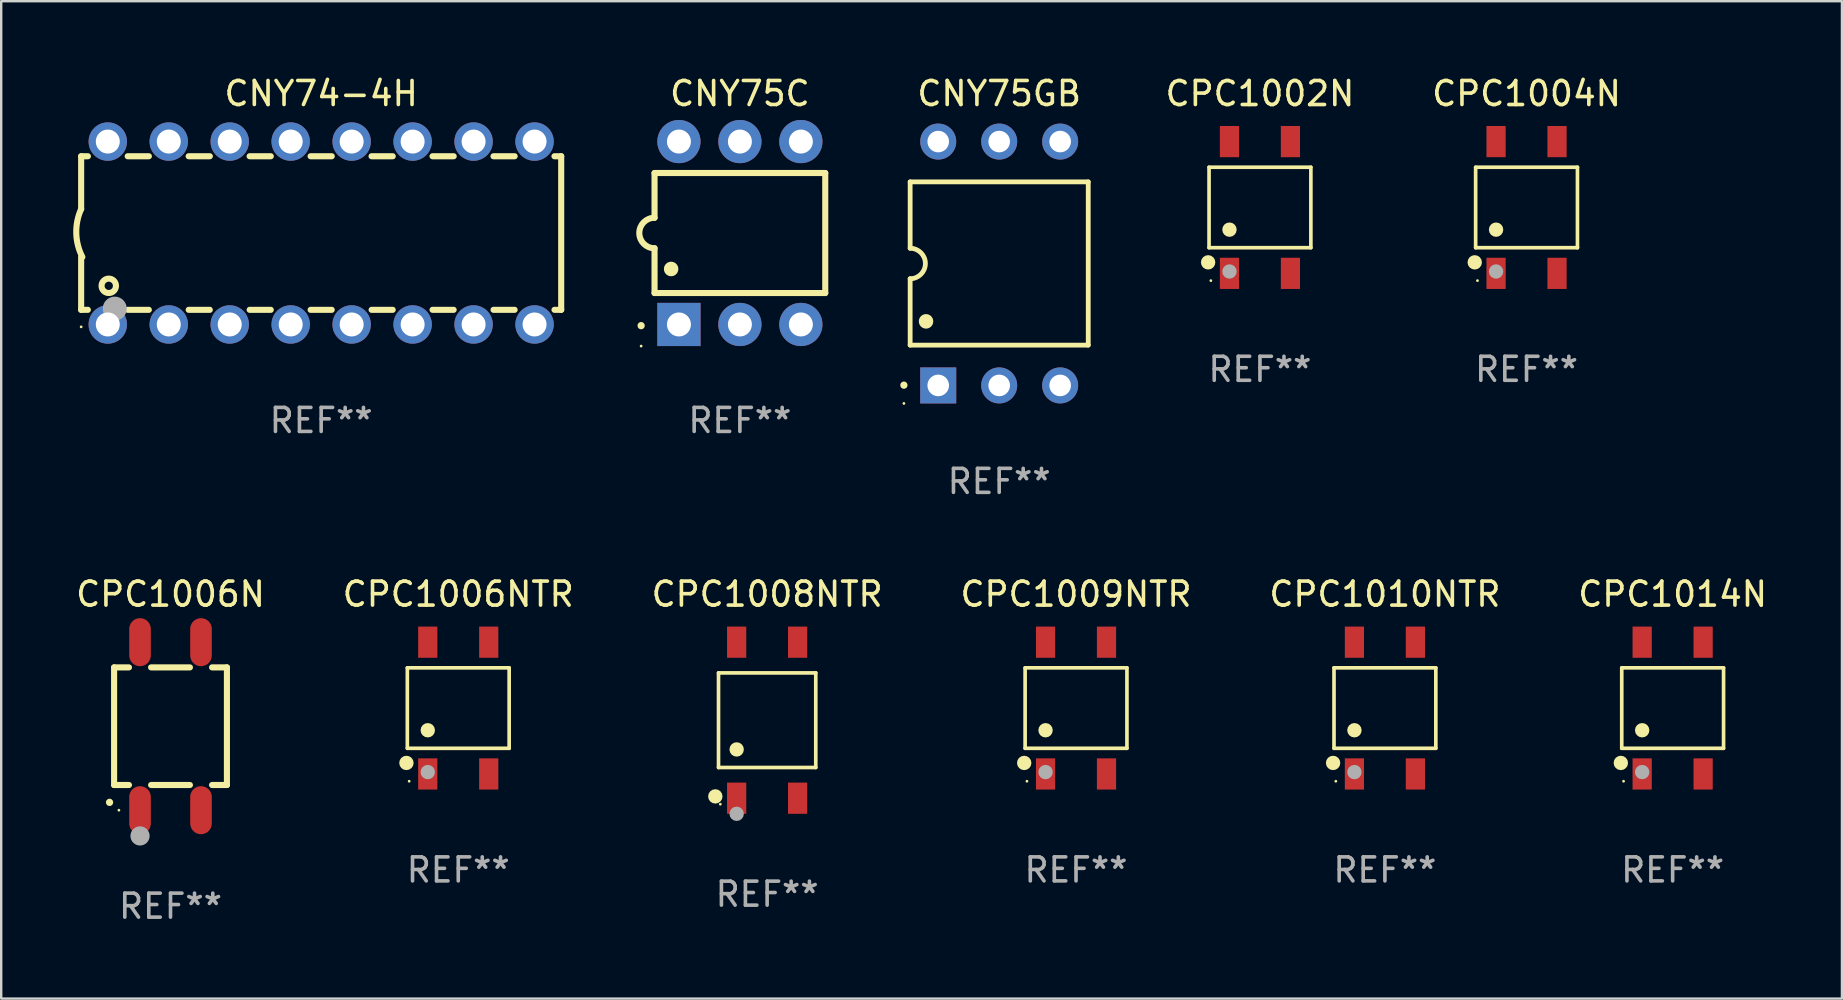
<source format=kicad_pcb>
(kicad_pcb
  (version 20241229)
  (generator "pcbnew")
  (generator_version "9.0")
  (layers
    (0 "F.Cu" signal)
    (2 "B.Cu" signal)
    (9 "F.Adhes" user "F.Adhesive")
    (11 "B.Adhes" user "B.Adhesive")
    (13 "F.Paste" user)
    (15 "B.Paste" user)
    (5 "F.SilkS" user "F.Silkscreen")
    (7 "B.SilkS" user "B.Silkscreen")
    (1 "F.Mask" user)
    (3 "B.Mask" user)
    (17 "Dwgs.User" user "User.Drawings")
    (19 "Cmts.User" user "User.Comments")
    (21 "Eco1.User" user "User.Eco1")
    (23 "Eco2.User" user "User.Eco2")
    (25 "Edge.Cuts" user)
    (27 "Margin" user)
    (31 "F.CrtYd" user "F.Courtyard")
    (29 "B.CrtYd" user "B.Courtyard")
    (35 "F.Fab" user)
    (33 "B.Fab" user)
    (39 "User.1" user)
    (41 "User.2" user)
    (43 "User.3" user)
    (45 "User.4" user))
  (footprint "CPC1014N"
    (layer "F.Cu")
    (at 66.637 26.45)
    (property "Reference" "CPC1014N" (at 0 -4.745 0) (layer "F.SilkS") (effects (font (size 1 1) (thickness 0.15))))
    (attr through_hole)
    (fp_line (start -2.121 -1.676) (end 2.121 -1.676) (stroke (width 0.152) (type solid)) (layer "F.SilkS"))
    (fp_line (start -2.121 1.676) (end -2.121 -1.676) (stroke (width 0.152) (type solid)) (layer "F.SilkS"))
    (fp_line (start 2.121 -1.676) (end 2.121 1.676) (stroke (width 0.152) (type solid)) (layer "F.SilkS"))
    (fp_line (start 2.121 1.676) (end -2.121 1.676) (stroke (width 0.152) (type solid)) (layer "F.SilkS"))
    (fp_circle (center -2.159 2.286) (end -2.009 2.286) (stroke (width 0.3) (type solid)) (fill no) (layer "F.SilkS"))
    (fp_circle (center -2.045 3.048) (end -2.015 3.048) (stroke (width 0.06) (type solid)) (fill no) (layer "F.SilkS"))
    (fp_circle (center -1.27 0.924) (end -1.12 0.924) (stroke (width 0.3) (type solid)) (fill no) (layer "F.SilkS"))
    (fp_circle (center -1.27 2.667) (end -1.12 2.667) (stroke (width 0.3) (type solid)) (fill no) (layer "F.Fab"))
    (fp_text user "REF**" (at 0 6.745 0) (layer "F.Fab") (effects (font (size 1 1) (thickness 0.15))))
    (pad "1" smd rect (at -1.27 2.745) (size 0.8 1.3) (layers "F.Cu" "F.Mask" "F.Paste"))
    (pad "2" smd rect (at 1.27 2.745) (size 0.8 1.3) (layers "F.Cu" "F.Mask" "F.Paste"))
    (pad "3" smd rect (at 1.27 -2.745) (size 0.8 1.3) (layers "F.Cu" "F.Mask" "F.Paste"))
    (pad "4" smd rect (at -1.27 -2.745) (size 0.8 1.3) (layers "F.Cu" "F.Mask" "F.Paste")))
  (footprint "CPC1004N"
    (layer "F.Cu")
    (at 60.55 5.594)
    (property "Reference" "CPC1004N" (at 0 -4.745 0) (layer "F.SilkS") (effects (font (size 1 1) (thickness 0.15))))
    (attr through_hole)
    (fp_line (start -2.121 -1.676) (end 2.121 -1.676) (stroke (width 0.152) (type solid)) (layer "F.SilkS"))
    (fp_line (start -2.121 1.676) (end -2.121 -1.676) (stroke (width 0.152) (type solid)) (layer "F.SilkS"))
    (fp_line (start 2.121 -1.676) (end 2.121 1.676) (stroke (width 0.152) (type solid)) (layer "F.SilkS"))
    (fp_line (start 2.121 1.676) (end -2.121 1.676) (stroke (width 0.152) (type solid)) (layer "F.SilkS"))
    (fp_circle (center -2.159 2.286) (end -2.009 2.286) (stroke (width 0.3) (type solid)) (fill no) (layer "F.SilkS"))
    (fp_circle (center -2.045 3.048) (end -2.015 3.048) (stroke (width 0.06) (type solid)) (fill no) (layer "F.SilkS"))
    (fp_circle (center -1.27 0.924) (end -1.12 0.924) (stroke (width 0.3) (type solid)) (fill no) (layer "F.SilkS"))
    (fp_circle (center -1.27 2.667) (end -1.12 2.667) (stroke (width 0.3) (type solid)) (fill no) (layer "F.Fab"))
    (fp_text user "REF**" (at 0 6.745 0) (layer "F.Fab") (effects (font (size 1 1) (thickness 0.15))))
    (pad "1" smd rect (at -1.27 2.745) (size 0.8 1.3) (layers "F.Cu" "F.Mask" "F.Paste"))
    (pad "2" smd rect (at 1.27 2.745) (size 0.8 1.3) (layers "F.Cu" "F.Mask" "F.Paste"))
    (pad "3" smd rect (at 1.27 -2.745) (size 0.8 1.3) (layers "F.Cu" "F.Mask" "F.Paste"))
    (pad "4" smd rect (at -1.27 -2.745) (size 0.8 1.3) (layers "F.Cu" "F.Mask" "F.Paste")))
  (footprint "CNY74-4H"
    (layer "F.Cu")
    (at 10.331 6.658)
    (property "Reference" "CNY74-4H" (at 0 -5.81 0) (layer "F.SilkS") (effects (font (size 1 1) (thickness 0.15))))
    (attr through_hole)
    (fp_line (start -10 -3.198) (end -9.719 -3.198) (stroke (width 0.254) (type solid)) (layer "F.SilkS"))
    (fp_line (start -10 -0.998) (end -10 -3.198) (stroke (width 0.254) (type solid)) (layer "F.SilkS"))
    (fp_line (start -10 3.2) (end -10 1) (stroke (width 0.254) (type solid)) (layer "F.SilkS"))
    (fp_line (start -10 3.2) (end -9.721 3.2) (stroke (width 0.254) (type solid)) (layer "F.SilkS"))
    (fp_line (start -8.061 -3.198) (end -7.179 -3.198) (stroke (width 0.254) (type solid)) (layer "F.SilkS"))
    (fp_line (start -8.059 3.2) (end -7.181 3.2) (stroke (width 0.254) (type solid)) (layer "F.SilkS"))
    (fp_line (start -5.521 -3.198) (end -4.639 -3.198) (stroke (width 0.254) (type solid)) (layer "F.SilkS"))
    (fp_line (start -5.519 3.2) (end -4.641 3.2) (stroke (width 0.254) (type solid)) (layer "F.SilkS"))
    (fp_line (start -2.981 -3.198) (end -2.099 -3.198) (stroke (width 0.254) (type solid)) (layer "F.SilkS"))
    (fp_line (start -2.979 3.2) (end -2.101 3.2) (stroke (width 0.254) (type solid)) (layer "F.SilkS"))
    (fp_line (start -0.441 -3.198) (end 0.441 -3.198) (stroke (width 0.254) (type solid)) (layer "F.SilkS"))
    (fp_line (start -0.439 3.2) (end 0.439 3.2) (stroke (width 0.254) (type solid)) (layer "F.SilkS"))
    (fp_line (start 2.099 -3.198) (end 2.981 -3.198) (stroke (width 0.254) (type solid)) (layer "F.SilkS"))
    (fp_line (start 2.101 3.2) (end 2.979 3.2) (stroke (width 0.254) (type solid)) (layer "F.SilkS"))
    (fp_line (start 4.639 -3.198) (end 5.521 -3.198) (stroke (width 0.254) (type solid)) (layer "F.SilkS"))
    (fp_line (start 4.641 3.2) (end 5.519 3.2) (stroke (width 0.254) (type solid)) (layer "F.SilkS"))
    (fp_line (start 7.179 -3.198) (end 8.061 -3.198) (stroke (width 0.254) (type solid)) (layer "F.SilkS"))
    (fp_line (start 7.181 3.2) (end 8.059 3.2) (stroke (width 0.254) (type solid)) (layer "F.SilkS"))
    (fp_line (start 9.719 -3.198) (end 10 -3.198) (stroke (width 0.254) (type solid)) (layer "F.SilkS"))
    (fp_line (start 9.721 3.2) (end 10 3.2) (stroke (width 0.254) (type solid)) (layer "F.SilkS"))
    (fp_line (start 10 3.2) (end 10 -3.2) (stroke (width 0.254) (type solid)) (layer "F.SilkS"))
    (fp_arc (start -9.949962 1) (mid -10.203153 0.005709) (end -10 -1) (stroke (width 0.254001) (type solid)) (layer "F.SilkS"))
    (fp_circle (center -10 3.91) (end -9.97 3.91) (stroke (width 0.06) (type solid)) (fill no) (layer "F.SilkS"))
    (fp_circle (center -8.85 2.2) (end -8.55 2.2) (stroke (width 0.254) (type solid)) (fill no) (layer "F.SilkS"))
    (fp_circle (center -8.6 3.15) (end -8.35 3.15) (stroke (width 0.5) (type solid)) (fill no) (layer "F.Fab"))
    (fp_text user "REF**" (at 0 7.81 0) (layer "F.Fab") (effects (font (size 1 1) (thickness 0.15))))
    (pad "1" thru_hole circle (at -8.89 3.81) (size 1.6 1.6) (drill 1) (layers "*.Cu" "*.Mask"))
    (pad "2" thru_hole circle (at -6.35 3.81) (size 1.6 1.6) (drill 1) (layers "*.Cu" "*.Mask"))
    (pad "3" thru_hole circle (at -3.81 3.81) (size 1.6 1.6) (drill 1) (layers "*.Cu" "*.Mask"))
    (pad "4" thru_hole circle (at -1.27 3.81) (size 1.6 1.6) (drill 1) (layers "*.Cu" "*.Mask"))
    (pad "5" thru_hole circle (at 1.27 3.81) (size 1.6 1.6) (drill 1) (layers "*.Cu" "*.Mask"))
    (pad "6" thru_hole circle (at 3.81 3.81) (size 1.6 1.6) (drill 1) (layers "*.Cu" "*.Mask"))
    (pad "7" thru_hole circle (at 6.35 3.81) (size 1.6 1.6) (drill 1) (layers "*.Cu" "*.Mask"))
    (pad "8" thru_hole circle (at 8.89 3.81) (size 1.6 1.6) (drill 1) (layers "*.Cu" "*.Mask"))
    (pad "9" thru_hole circle (at 8.89 -3.81) (size 1.6 1.6) (drill 1) (layers "*.Cu" "*.Mask"))
    (pad "10" thru_hole circle (at 6.35 -3.81) (size 1.6 1.6) (drill 1) (layers "*.Cu" "*.Mask"))
    (pad "11" thru_hole circle (at 3.81 -3.81) (size 1.6 1.6) (drill 1) (layers "*.Cu" "*.Mask"))
    (pad "12" thru_hole circle (at 1.27 -3.81) (size 1.6 1.6) (drill 1) (layers "*.Cu" "*.Mask"))
    (pad "13" thru_hole circle (at -1.27 -3.81) (size 1.6 1.6) (drill 1) (layers "*.Cu" "*.Mask"))
    (pad "14" thru_hole circle (at -3.81 -3.81) (size 1.6 1.6) (drill 1) (layers "*.Cu" "*.Mask"))
    (pad "15" thru_hole circle (at -6.35 -3.81) (size 1.6 1.6) (drill 1) (layers "*.Cu" "*.Mask"))
    (pad "16" thru_hole circle (at -8.89 -3.81) (size 1.6 1.6) (drill 1) (layers "*.Cu" "*.Mask")))
  (footprint "CPC1006N"
    (layer "F.Cu")
    (at 4.054 27.205)
    (property "Reference" "CPC1006N" (at 0 -5.5 0) (layer "F.SilkS") (effects (font (size 1 1) (thickness 0.15))))
    (attr through_hole)
    (fp_line (start -2.35 -2.45) (end -2.35 2.45) (stroke (width 0.254) (type solid)) (layer "F.SilkS"))
    (fp_line (start -2.35 -2.45) (end -1.731 -2.45) (stroke (width 0.254) (type solid)) (layer "F.SilkS"))
    (fp_line (start -2.35 2.45) (end -1.731 2.45) (stroke (width 0.254) (type solid)) (layer "F.SilkS"))
    (fp_line (start -0.809 -2.45) (end 0.809 -2.45) (stroke (width 0.254) (type solid)) (layer "F.SilkS"))
    (fp_line (start -0.809 2.45) (end 0.809 2.45) (stroke (width 0.254) (type solid)) (layer "F.SilkS"))
    (fp_line (start 1.731 -2.45) (end 2.35 -2.45) (stroke (width 0.254) (type solid)) (layer "F.SilkS"))
    (fp_line (start 1.731 2.45) (end 2.35 2.45) (stroke (width 0.254) (type solid)) (layer "F.SilkS"))
    (fp_line (start 2.35 -2.45) (end 2.35 2.45) (stroke (width 0.254) (type solid)) (layer "F.SilkS"))
    (fp_arc (start -2.540005 3.174879) (mid -2.54001 3.173609) (end -2.540005 3.172339) (stroke (width 0.3) (type solid)) (layer "F.SilkS"))
    (fp_circle (center -2.15 3.5) (end -2.12 3.5) (stroke (width 0.06) (type solid)) (fill no) (layer "F.SilkS"))
    (fp_circle (center -1.27 4.572) (end -1.07 4.572) (stroke (width 0.4) (type solid)) (fill no) (layer "F.Fab"))
    (fp_text user "REF**" (at 0 7.5 0) (layer "F.Fab") (effects (font (size 1 1) (thickness 0.15))))
    (pad "1" smd oval (at -1.27 3.5 180) (size 0.9 2) (layers "F.Cu" "F.Mask" "F.Paste"))
    (pad "2" smd oval (at 1.27 3.5 180) (size 0.9 2) (layers "F.Cu" "F.Mask" "F.Paste"))
    (pad "3" smd oval (at 1.27 -3.5 180) (size 0.9 2) (layers "F.Cu" "F.Mask" "F.Paste"))
    (pad "4" smd oval (at -1.27 -3.5 180) (size 0.9 2) (layers "F.Cu" "F.Mask" "F.Paste")))
  (footprint "CPC1009NTR"
    (layer "F.Cu")
    (at 41.78 26.45)
    (property "Reference" "CPC1009NTR" (at 0 -4.745 0) (layer "F.SilkS") (effects (font (size 1 1) (thickness 0.15))))
    (attr through_hole)
    (fp_line (start -2.121 -1.676) (end 2.121 -1.676) (stroke (width 0.152) (type solid)) (layer "F.SilkS"))
    (fp_line (start -2.121 1.676) (end -2.121 -1.676) (stroke (width 0.152) (type solid)) (layer "F.SilkS"))
    (fp_line (start 2.121 -1.676) (end 2.121 1.676) (stroke (width 0.152) (type solid)) (layer "F.SilkS"))
    (fp_line (start 2.121 1.676) (end -2.121 1.676) (stroke (width 0.152) (type solid)) (layer "F.SilkS"))
    (fp_circle (center -2.159 2.286) (end -2.009 2.286) (stroke (width 0.3) (type solid)) (fill no) (layer "F.SilkS"))
    (fp_circle (center -2.045 3.048) (end -2.015 3.048) (stroke (width 0.06) (type solid)) (fill no) (layer "F.SilkS"))
    (fp_circle (center -1.27 0.924) (end -1.12 0.924) (stroke (width 0.3) (type solid)) (fill no) (layer "F.SilkS"))
    (fp_circle (center -1.27 2.667) (end -1.12 2.667) (stroke (width 0.3) (type solid)) (fill no) (layer "F.Fab"))
    (fp_text user "REF**" (at 0 6.745 0) (layer "F.Fab") (effects (font (size 1 1) (thickness 0.15))))
    (pad "1" smd rect (at -1.27 2.745) (size 0.8 1.3) (layers "F.Cu" "F.Mask" "F.Paste"))
    (pad "2" smd rect (at 1.27 2.745) (size 0.8 1.3) (layers "F.Cu" "F.Mask" "F.Paste"))
    (pad "3" smd rect (at 1.27 -2.745) (size 0.8 1.3) (layers "F.Cu" "F.Mask" "F.Paste"))
    (pad "4" smd rect (at -1.27 -2.745) (size 0.8 1.3) (layers "F.Cu" "F.Mask" "F.Paste")))
  (footprint "CPC1006NTR"
    (layer "F.Cu")
    (at 16.042 26.45)
    (property "Reference" "CPC1006NTR" (at 0 -4.745 0) (layer "F.SilkS") (effects (font (size 1 1) (thickness 0.15))))
    (attr through_hole)
    (fp_line (start -2.121 -1.676) (end 2.121 -1.676) (stroke (width 0.152) (type solid)) (layer "F.SilkS"))
    (fp_line (start -2.121 1.676) (end -2.121 -1.676) (stroke (width 0.152) (type solid)) (layer "F.SilkS"))
    (fp_line (start 2.121 -1.676) (end 2.121 1.676) (stroke (width 0.152) (type solid)) (layer "F.SilkS"))
    (fp_line (start 2.121 1.676) (end -2.121 1.676) (stroke (width 0.152) (type solid)) (layer "F.SilkS"))
    (fp_circle (center -2.159 2.286) (end -2.009 2.286) (stroke (width 0.3) (type solid)) (fill no) (layer "F.SilkS"))
    (fp_circle (center -2.045 3.048) (end -2.015 3.048) (stroke (width 0.06) (type solid)) (fill no) (layer "F.SilkS"))
    (fp_circle (center -1.27 0.924) (end -1.12 0.924) (stroke (width 0.3) (type solid)) (fill no) (layer "F.SilkS"))
    (fp_circle (center -1.27 2.667) (end -1.12 2.667) (stroke (width 0.3) (type solid)) (fill no) (layer "F.Fab"))
    (fp_text user "REF**" (at 0 6.745 0) (layer "F.Fab") (effects (font (size 1 1) (thickness 0.15))))
    (pad "1" smd rect (at -1.27 2.745) (size 0.8 1.3) (layers "F.Cu" "F.Mask" "F.Paste"))
    (pad "2" smd rect (at 1.27 2.745) (size 0.8 1.3) (layers "F.Cu" "F.Mask" "F.Paste"))
    (pad "3" smd rect (at 1.27 -2.745) (size 0.8 1.3) (layers "F.Cu" "F.Mask" "F.Paste"))
    (pad "4" smd rect (at -1.27 -2.745) (size 0.8 1.3) (layers "F.Cu" "F.Mask" "F.Paste")))
  (footprint "CNY75GB"
    (layer "F.Cu")
    (at 38.579 7.928)
    (property "Reference" "CNY75GB" (at 0 -7.08 0) (layer "F.SilkS") (effects (font (size 1 1) (thickness 0.15))))
    (attr through_hole)
    (fp_line (start -3.71 -3.4) (end -3.71 -0.635) (stroke (width 0.2) (type solid)) (layer "F.SilkS"))
    (fp_line (start -3.71 -3.4) (end 3.71 -3.4) (stroke (width 0.2) (type solid)) (layer "F.SilkS"))
    (fp_line (start -3.71 0.634) (end -3.71 3.4) (stroke (width 0.2) (type solid)) (layer "F.SilkS"))
    (fp_line (start 3.71 3.4) (end -3.71 3.4) (stroke (width 0.2) (type solid)) (layer "F.SilkS"))
    (fp_line (start 3.71 3.4) (end 3.71 -3.4) (stroke (width 0.2) (type solid)) (layer "F.SilkS"))
    (fp_arc (start -3.970028 5.069901) (mid -3.970033 5.068631) (end -3.970028 5.067361) (stroke (width 0.3) (type solid)) (layer "F.SilkS"))
    (fp_arc (start -3.709982 -0.63495) (mid -3.074981 0.000051) (end -3.709982 0.635052) (stroke (width 0.2) (type solid)) (layer "F.SilkS"))
    (fp_arc (start -3.048006 2.413056) (mid -3.048017 2.410516) (end -3.048006 2.407976) (stroke (width 0.6) (type solid)) (layer "F.SilkS"))
    (fp_circle (center -3.97 5.83) (end -3.94 5.83) (stroke (width 0.06) (type solid)) (fill no) (layer "F.SilkS"))
    (fp_text user "REF**" (at 0 9.08 0) (layer "F.Fab") (effects (font (size 1 1) (thickness 0.15))))
    (pad "1" thru_hole rect (at -2.54 5.08 90) (size 1.5 1.5) (drill 0.9) (layers "*.Cu" "*.Mask"))
    (pad "2" thru_hole circle (at 0.000051 5.08) (size 1.5 1.5) (drill 0.9) (layers "*.Cu" "*.Mask"))
    (pad "3" thru_hole circle (at 2.54 5.08) (size 1.5 1.5) (drill 0.9) (layers "*.Cu" "*.Mask"))
    (pad "4" thru_hole circle (at 2.54 -5.08) (size 1.5 1.5) (drill 0.9) (layers "*.Cu" "*.Mask"))
    (pad "5" thru_hole circle (at 0.000051 -5.08) (size 1.5 1.5) (drill 0.9) (layers "*.Cu" "*.Mask"))
    (pad "6" thru_hole circle (at -2.54 -5.08) (size 1.5 1.5) (drill 0.9) (layers "*.Cu" "*.Mask")))
  (footprint "CPC1002N"
    (layer "F.Cu")
    (at 49.443 5.594)
    (property "Reference" "CPC1002N" (at 0 -4.745 0) (layer "F.SilkS") (effects (font (size 1 1) (thickness 0.15))))
    (attr through_hole)
    (fp_line (start -2.121 -1.676) (end 2.121 -1.676) (stroke (width 0.152) (type solid)) (layer "F.SilkS"))
    (fp_line (start -2.121 1.676) (end -2.121 -1.676) (stroke (width 0.152) (type solid)) (layer "F.SilkS"))
    (fp_line (start 2.121 -1.676) (end 2.121 1.676) (stroke (width 0.152) (type solid)) (layer "F.SilkS"))
    (fp_line (start 2.121 1.676) (end -2.121 1.676) (stroke (width 0.152) (type solid)) (layer "F.SilkS"))
    (fp_circle (center -2.159 2.286) (end -2.009 2.286) (stroke (width 0.3) (type solid)) (fill no) (layer "F.SilkS"))
    (fp_circle (center -2.045 3.048) (end -2.015 3.048) (stroke (width 0.06) (type solid)) (fill no) (layer "F.SilkS"))
    (fp_circle (center -1.27 0.924) (end -1.12 0.924) (stroke (width 0.3) (type solid)) (fill no) (layer "F.SilkS"))
    (fp_circle (center -1.27 2.667) (end -1.12 2.667) (stroke (width 0.3) (type solid)) (fill no) (layer "F.Fab"))
    (fp_text user "REF**" (at 0 6.745 0) (layer "F.Fab") (effects (font (size 1 1) (thickness 0.15))))
    (pad "1" smd rect (at -1.27 2.745) (size 0.8 1.3) (layers "F.Cu" "F.Mask" "F.Paste"))
    (pad "2" smd rect (at 1.27 2.745) (size 0.8 1.3) (layers "F.Cu" "F.Mask" "F.Paste"))
    (pad "3" smd rect (at 1.27 -2.745) (size 0.8 1.3) (layers "F.Cu" "F.Mask" "F.Paste"))
    (pad "4" smd rect (at -1.27 -2.745) (size 0.8 1.3) (layers "F.Cu" "F.Mask" "F.Paste")))
  (footprint "CPC1010NTR"
    (layer "F.Cu")
    (at 54.649 26.45)
    (property "Reference" "CPC1010NTR" (at 0 -4.745 0) (layer "F.SilkS") (effects (font (size 1 1) (thickness 0.15))))
    (attr through_hole)
    (fp_line (start -2.121 -1.676) (end 2.121 -1.676) (stroke (width 0.152) (type solid)) (layer "F.SilkS"))
    (fp_line (start -2.121 1.676) (end -2.121 -1.676) (stroke (width 0.152) (type solid)) (layer "F.SilkS"))
    (fp_line (start 2.121 -1.676) (end 2.121 1.676) (stroke (width 0.152) (type solid)) (layer "F.SilkS"))
    (fp_line (start 2.121 1.676) (end -2.121 1.676) (stroke (width 0.152) (type solid)) (layer "F.SilkS"))
    (fp_circle (center -2.159 2.286) (end -2.009 2.286) (stroke (width 0.3) (type solid)) (fill no) (layer "F.SilkS"))
    (fp_circle (center -2.045 3.048) (end -2.015 3.048) (stroke (width 0.06) (type solid)) (fill no) (layer "F.SilkS"))
    (fp_circle (center -1.27 0.924) (end -1.12 0.924) (stroke (width 0.3) (type solid)) (fill no) (layer "F.SilkS"))
    (fp_circle (center -1.27 2.667) (end -1.12 2.667) (stroke (width 0.3) (type solid)) (fill no) (layer "F.Fab"))
    (fp_text user "REF**" (at 0 6.745 0) (layer "F.Fab") (effects (font (size 1 1) (thickness 0.15))))
    (pad "1" smd rect (at -1.27 2.745) (size 0.8 1.3) (layers "F.Cu" "F.Mask" "F.Paste"))
    (pad "2" smd rect (at 1.27 2.745) (size 0.8 1.3) (layers "F.Cu" "F.Mask" "F.Paste"))
    (pad "3" smd rect (at 1.27 -2.745) (size 0.8 1.3) (layers "F.Cu" "F.Mask" "F.Paste"))
    (pad "4" smd rect (at -1.27 -2.745) (size 0.8 1.3) (layers "F.Cu" "F.Mask" "F.Paste")))
  (footprint "CNY75C"
    (layer "F.Cu")
    (at 27.776 6.658)
    (property "Reference" "CNY75C" (at 0 -5.81 0) (layer "F.SilkS") (effects (font (size 1 1) (thickness 0.15))))
    (attr through_hole)
    (fp_line (start -3.556 -2.5) (end 3.556 -2.5) (stroke (width 0.254) (type solid)) (layer "F.SilkS"))
    (fp_line (start -3.556 -0.635) (end -3.556 -2.5) (stroke (width 0.254) (type solid)) (layer "F.SilkS"))
    (fp_line (start -3.556 0.635) (end -3.556 2.5) (stroke (width 0.254) (type solid)) (layer "F.SilkS"))
    (fp_line (start -3.556 2.5) (end 3.556 2.5) (stroke (width 0.254) (type solid)) (layer "F.SilkS"))
    (fp_line (start 3.556 -2.5) (end 3.556 2.5) (stroke (width 0.254) (type solid)) (layer "F.SilkS"))
    (fp_arc (start -4.114808 3.860808) (mid -4.114813 3.859538) (end -4.114808 3.858268) (stroke (width 0.3) (type solid)) (layer "F.SilkS"))
    (fp_arc (start -3.556007 0.635001) (mid -4.191008 0) (end -3.556007 -0.635001) (stroke (width 0.254001) (type solid)) (layer "F.SilkS"))
    (fp_arc (start -2.865405 1.501143) (mid -2.865416 1.498603) (end -2.865405 1.496063) (stroke (width 0.6) (type solid)) (layer "F.SilkS"))
    (fp_circle (center -4.115 4.71) (end -4.085 4.71) (stroke (width 0.06) (type solid)) (fill no) (layer "F.SilkS"))
    (fp_text user "REF**" (at 0 7.81 0) (layer "F.Fab") (effects (font (size 1 1) (thickness 0.15))))
    (pad "1" thru_hole rect (at -2.54 3.81 90) (size 1.8 1.8) (drill 1) (layers "*.Cu" "*.Mask"))
    (pad "2" thru_hole circle (at 0 3.81) (size 1.8 1.8) (drill 1) (layers "*.Cu" "*.Mask"))
    (pad "3" thru_hole circle (at 2.54 3.81) (size 1.8 1.8) (drill 1) (layers "*.Cu" "*.Mask"))
    (pad "4" thru_hole circle (at 2.54 -3.81) (size 1.8 1.8) (drill 1) (layers "*.Cu" "*.Mask"))
    (pad "5" thru_hole circle (at 0 -3.81) (size 1.8 1.8) (drill 1) (layers "*.Cu" "*.Mask"))
    (pad "6" thru_hole circle (at -2.54 -3.81) (size 1.8 1.8) (drill 1) (layers "*.Cu" "*.Mask")))
  (footprint "CPC1008NTR"
    (layer "F.Cu")
    (at 28.911 26.955)
    (property "Reference" "CPC1008NTR" (at 0 -5.25 0) (layer "F.SilkS") (effects (font (size 1 1) (thickness 0.15))))
    (attr through_hole)
    (fp_line (start -2.026 -1.971) (end 2.026 -1.971) (stroke (width 0.152) (type solid)) (layer "F.SilkS"))
    (fp_line (start -2.026 1.971) (end -2.026 -1.971) (stroke (width 0.152) (type solid)) (layer "F.SilkS"))
    (fp_line (start 2.026 -1.971) (end 2.026 1.971) (stroke (width 0.152) (type solid)) (layer "F.SilkS"))
    (fp_line (start 2.026 1.971) (end -2.026 1.971) (stroke (width 0.152) (type solid)) (layer "F.SilkS"))
    (fp_circle (center -2.159 3.175) (end -2.009 3.175) (stroke (width 0.3) (type solid)) (fill no) (layer "F.SilkS"))
    (fp_circle (center -1.95 3.5) (end -1.92 3.5) (stroke (width 0.06) (type solid)) (fill no) (layer "F.SilkS"))
    (fp_circle (center -1.27 1.219) (end -1.12 1.219) (stroke (width 0.3) (type solid)) (fill no) (layer "F.SilkS"))
    (fp_circle (center -1.27 3.9) (end -1.12 3.9) (stroke (width 0.3) (type solid)) (fill no) (layer "F.Fab"))
    (fp_text user "REF**" (at 0 7.25 0) (layer "F.Fab") (effects (font (size 1 1) (thickness 0.15))))
    (pad "1" smd rect (at -1.27 3.25) (size 0.8 1.3) (layers "F.Cu" "F.Mask" "F.Paste"))
    (pad "2" smd rect (at 1.27 3.25) (size 0.8 1.3) (layers "F.Cu" "F.Mask" "F.Paste"))
    (pad "3" smd rect (at 1.27 -3.25) (size 0.8 1.3) (layers "F.Cu" "F.Mask" "F.Paste"))
    (pad "4" smd rect (at -1.27 -3.25) (size 0.8 1.3) (layers "F.Cu" "F.Mask" "F.Paste")))
  (gr_rect
    (start -3 -3)
    (end 73.69 38.553)
    (stroke (width 0.1) (type default))
    (fill no)
    (layer "Edge.Cuts")))
</source>
